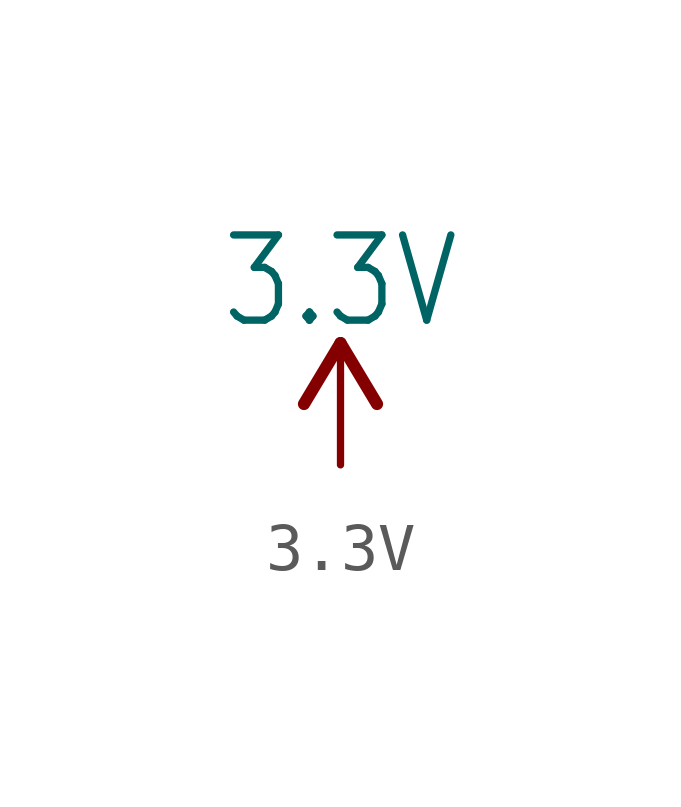
<source format=kicad_sym>
(kicad_symbol_lib
  (version 20220914)
  (generator kicad_symbol_editor)
  (symbol "3.3V"
    (power)
    (property "Reference" ""
      (at 0 0 0)
      (effects (font (size 1.27 1.27)) hide))
    (property "Value" "3.3V"
      (at 0 2.794 0)
      (effects (font (size 1.778 1.511)) (justify bottom)))
    (property "ki_locked" ""
      (at 0 0 0)
      (effects (font (size 1.27 1.27))))
    (symbol "3.3V_1_0"
      (polyline (pts (xy 0 2.54) (xy -0.762 1.27)) (stroke (width 0.254) (type solid)) (fill (type none)))
      (polyline (pts (xy 0.762 1.27) (xy 0 2.54)) (stroke (width 0.254) (type solid)) (fill (type none)))
      (pin power_in line (at 0 0 90) (length 2.54) (name "3.3V" (effects (font (size 0 0)))) (number "1" (effects (font (size 0 0))))))))
</source>
